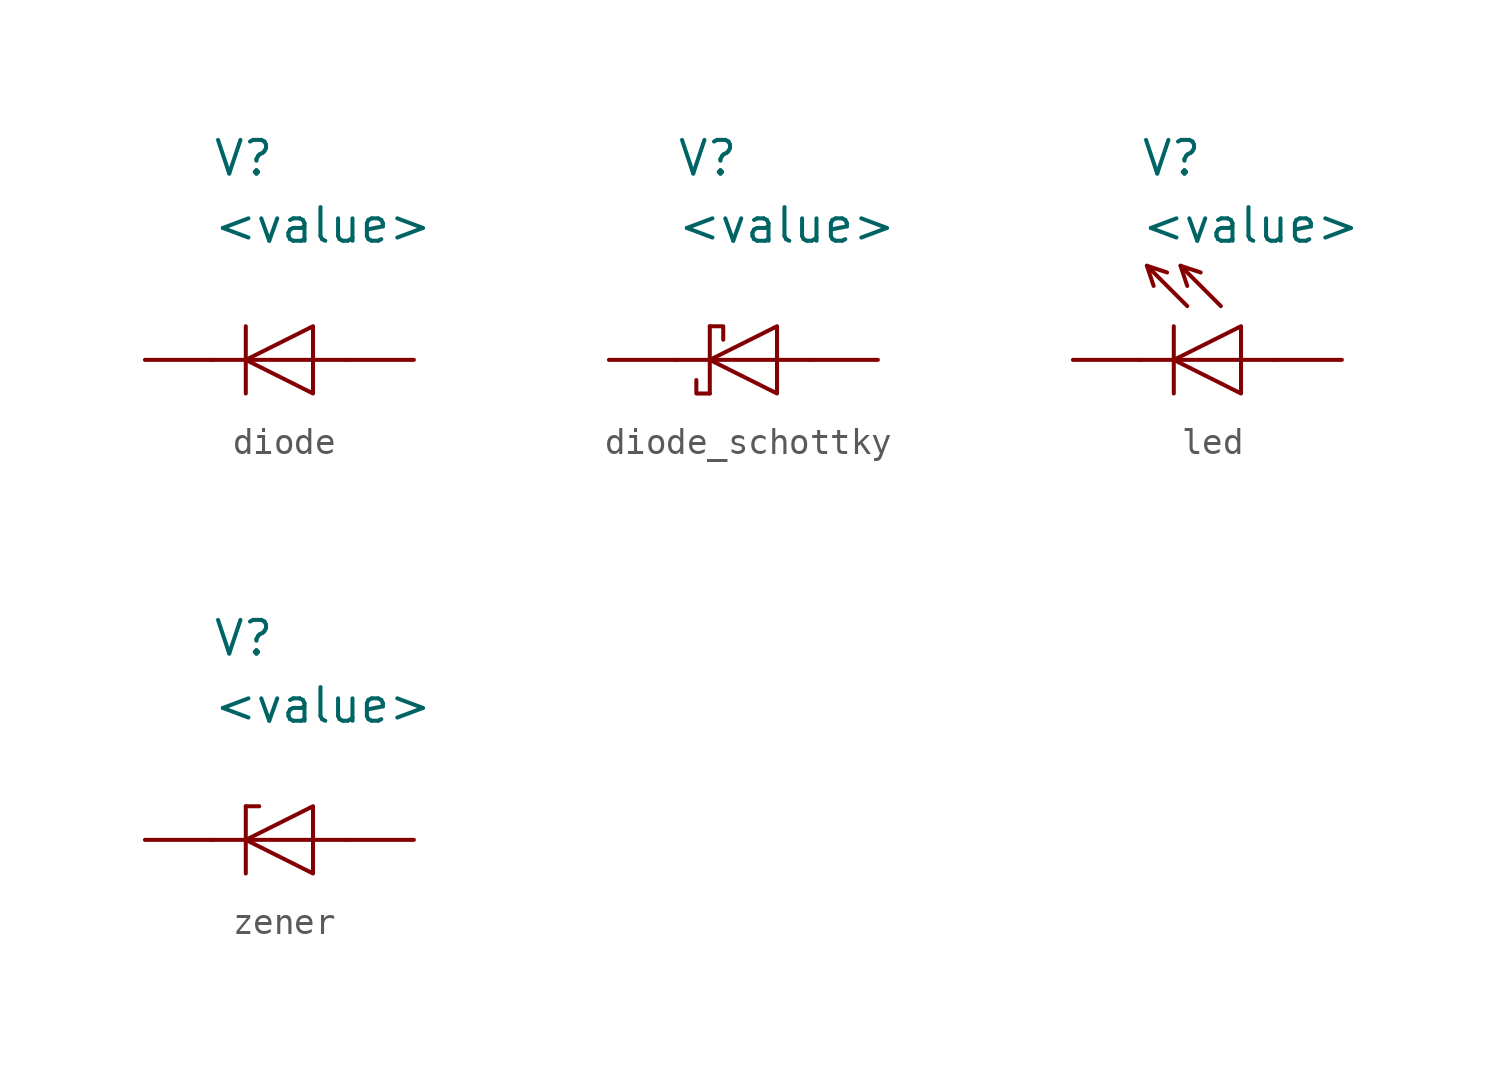
<source format=kicad_sym>
(kicad_symbol_lib
  (version 20220914)
  (generator kicad_symbol_editor)
  (symbol "diode"
    (pin_numbers hide)
    (pin_names hide)
    (property "Reference" "V"
      (at -2.54 7.62 0)
      (effects (font (size 1.27 1.27)) (justify left)))
    (property "Value" "<value>"
      (at -2.54 5.08 0)
      (effects (font (size 1.27 1.27)) (justify left)))
    (symbol "diode_0_1"
      (polyline (pts (xy -1.27 -1.27) (xy -1.27 1.27)) (stroke (width 0) (type default)) (fill (type none)))
      (polyline (pts (xy 2.54 0) (xy -2.54 0)) (stroke (width 0) (type default)) (fill (type none)))
      (polyline (pts (xy 1.27 -1.27) (xy 1.27 1.27) (xy -1.27 0) (xy 1.27 -1.27)) (stroke (width 0) (type default)) (fill (type none))))
    (symbol "diode_1_1"
      (pin passive line (at -5.08 0 0) (length 2.54) (name "1" (effects (font (size 1.27 1.27)))) (number "1" (effects (font (size 1.27 1.27)))))
      (pin passive line (at 5.08 0 180) (length 2.54) (name "2" (effects (font (size 1.27 1.27)))) (number "2" (effects (font (size 1.27 1.27)))))))
  (symbol "diode_schottky"
    (pin_numbers hide)
    (pin_names hide)
    (property "Reference" "V"
      (at -2.54 7.62 0)
      (effects (font (size 1.27 1.27)) (justify left)))
    (property "Value" "<value>"
      (at -2.54 5.08 0)
      (effects (font (size 1.27 1.27)) (justify left)))
    (symbol "diode_schottky_0_1"
      (polyline (pts (xy -1.27 -1.27) (xy -1.27 1.27)) (stroke (width 0) (type default)) (fill (type none)))
      (polyline (pts (xy 2.54 0) (xy -2.54 0)) (stroke (width 0) (type default)) (fill (type none)))
      (polyline (pts (xy -1.27 -1.27) (xy -1.778 -1.27) (xy -1.778 -0.762)) (stroke (width 0) (type default)) (fill (type none)))
      (polyline (pts (xy -1.27 1.27) (xy -0.762 1.27) (xy -0.762 0.762)) (stroke (width 0) (type default)) (fill (type none)))
      (polyline (pts (xy 1.27 -1.27) (xy 1.27 1.27) (xy -1.27 0) (xy 1.27 -1.27)) (stroke (width 0) (type default)) (fill (type none))))
    (symbol "diode_schottky_1_1"
      (pin passive line (at -5.08 0 0) (length 2.54) (name "1" (effects (font (size 1.27 1.27)))) (number "1" (effects (font (size 1.27 1.27)))))
      (pin passive line (at 5.08 0 180) (length 2.54) (name "2" (effects (font (size 1.27 1.27)))) (number "2" (effects (font (size 1.27 1.27)))))))
  (symbol "led"
    (pin_numbers hide)
    (pin_names hide)
    (property "Reference" "V"
      (at -2.54 7.62 0)
      (effects (font (size 1.27 1.27)) (justify left)))
    (property "Value" "<value>"
      (at -2.54 5.08 0)
      (effects (font (size 1.27 1.27)) (justify left)))
    (symbol "led_0_1"
      (polyline (pts (xy -2.286 3.556) (xy -2.032 2.794)) (stroke (width 0) (type default)) (fill (type none)))
      (polyline (pts (xy -1.27 -1.27) (xy -1.27 1.27)) (stroke (width 0) (type default)) (fill (type none)))
      (polyline (pts (xy -1.016 3.556) (xy -0.762 2.794)) (stroke (width 0) (type default)) (fill (type none)))
      (polyline (pts (xy 2.54 0) (xy -2.54 0)) (stroke (width 0) (type default)) (fill (type none)))
      (polyline (pts (xy -0.762 2.032) (xy -2.286 3.556) (xy -1.524 3.302)) (stroke (width 0) (type default)) (fill (type none)))
      (polyline (pts (xy 0.508 2.032) (xy -1.016 3.556) (xy -0.254 3.302)) (stroke (width 0) (type default)) (fill (type none)))
      (polyline (pts (xy 1.27 -1.27) (xy 1.27 1.27) (xy -1.27 0) (xy 1.27 -1.27)) (stroke (width 0) (type default)) (fill (type none))))
    (symbol "led_1_1"
      (pin passive line (at -5.08 0 0) (length 2.54) (name "1" (effects (font (size 1.27 1.27)))) (number "1" (effects (font (size 1.27 1.27)))))
      (pin passive line (at 5.08 0 180) (length 2.54) (name "2" (effects (font (size 1.27 1.27)))) (number "2" (effects (font (size 1.27 1.27)))))))
  (symbol "zener"
    (pin_numbers hide)
    (pin_names hide)
    (property "Reference" "V"
      (at -2.54 7.62 0)
      (effects (font (size 1.27 1.27)) (justify left)))
    (property "Value" "<value>"
      (at -2.54 5.08 0)
      (effects (font (size 1.27 1.27)) (justify left)))
    (symbol "zener_0_1"
      (polyline (pts (xy -1.27 -1.27) (xy -1.27 1.27)) (stroke (width 0) (type default)) (fill (type none)))
      (polyline (pts (xy -1.27 1.27) (xy -0.762 1.27)) (stroke (width 0) (type default)) (fill (type none)))
      (polyline (pts (xy 2.54 0) (xy -2.54 0)) (stroke (width 0) (type default)) (fill (type none)))
      (polyline (pts (xy 1.27 -1.27) (xy 1.27 1.27) (xy -1.27 0) (xy 1.27 -1.27)) (stroke (width 0) (type default)) (fill (type none))))
    (symbol "zener_1_1"
      (pin passive line (at -5.08 0 0) (length 2.54) (name "1" (effects (font (size 1.27 1.27)))) (number "1" (effects (font (size 1.27 1.27)))))
      (pin passive line (at 5.08 0 180) (length 2.54) (name "2" (effects (font (size 1.27 1.27)))) (number "2" (effects (font (size 1.27 1.27))))))))
</source>
